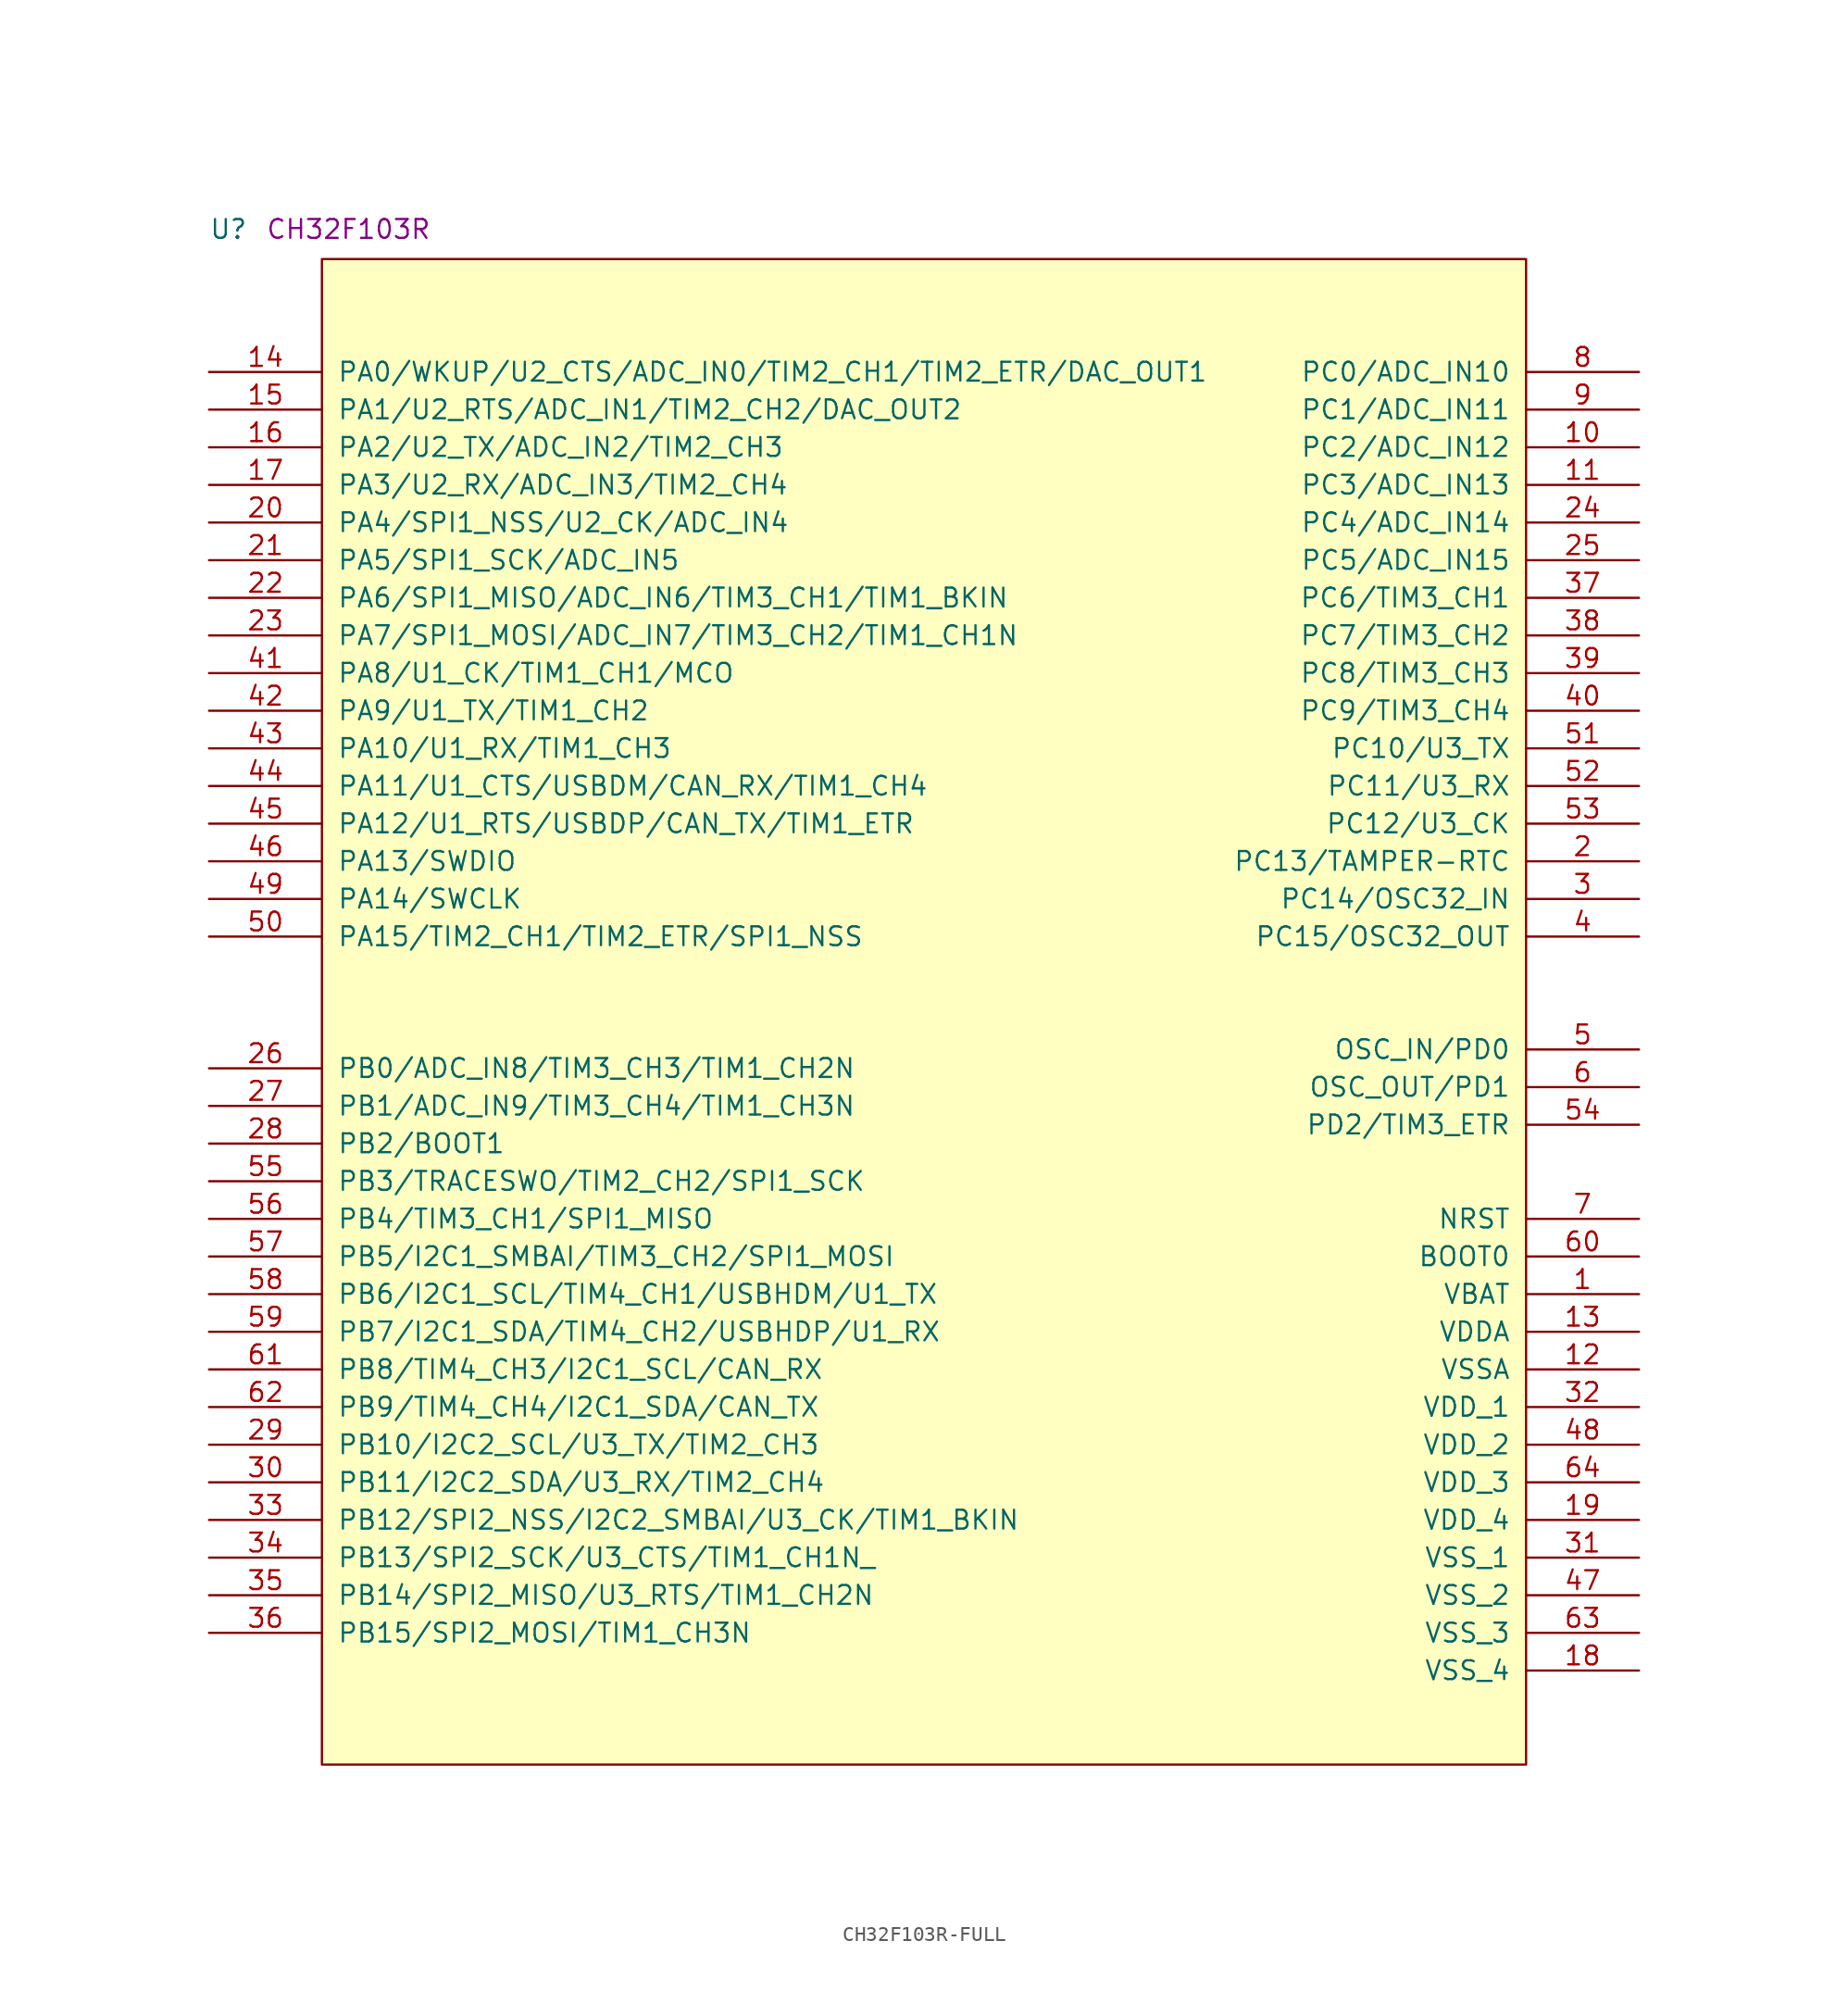
<source format=kicad_sym>
(kicad_symbol_lib
  (version 20211014)
  (generator kicad_symbol_editor)
  (symbol "CH32F103R-FULL"
    (pin_names
      (offset 1.016))
    (property "Reference" "U"
      (at -7.62 1.27 0)
      (effects (font (size 1.27 1.27)) (justify left bottom)))
    (property "Comment" "CH32F103R"
      (at -3.81 1.27 0)
      (effects (font (size 1.27 1.27)) (justify left bottom)))
    (symbol "CH32F103R-FULL_1_1"
      (rectangle (start 0 -101.6) (end 81.28 0) (stroke (width 0) (type default) (color 0 0 0 0)) (fill (type background)))
      (pin power_in line (at 88.9 -69.85 180) (length 7.62) (name "VBAT" (effects (font (size 1.27 1.27)))) (number "1" (effects (font (size 1.27 1.27)))))
      (pin bidirectional line (at 88.9 -12.7 180) (length 7.62) (name "PC2/ADC_IN12" (effects (font (size 1.27 1.27)))) (number "10" (effects (font (size 1.27 1.27)))))
      (pin bidirectional line (at 88.9 -15.24 180) (length 7.62) (name "PC3/ADC_IN13" (effects (font (size 1.27 1.27)))) (number "11" (effects (font (size 1.27 1.27)))))
      (pin power_in line (at 88.9 -74.93 180) (length 7.62) (name "VSSA" (effects (font (size 1.27 1.27)))) (number "12" (effects (font (size 1.27 1.27)))))
      (pin power_in line (at 88.9 -72.39 180) (length 7.62) (name "VDDA" (effects (font (size 1.27 1.27)))) (number "13" (effects (font (size 1.27 1.27)))))
      (pin bidirectional line (at -7.62 -7.62 0) (length 7.62) (name "PA0/WKUP/U2_CTS/ADC_IN0/TIM2_CH1/TIM2_ETR/DAC_OUT1" (effects (font (size 1.27 1.27)))) (number "14" (effects (font (size 1.27 1.27)))))
      (pin bidirectional line (at -7.62 -10.16 0) (length 7.62) (name "PA1/U2_RTS/ADC_IN1/TIM2_CH2/DAC_OUT2" (effects (font (size 1.27 1.27)))) (number "15" (effects (font (size 1.27 1.27)))))
      (pin bidirectional line (at -7.62 -12.7 0) (length 7.62) (name "PA2/U2_TX/ADC_IN2/TIM2_CH3" (effects (font (size 1.27 1.27)))) (number "16" (effects (font (size 1.27 1.27)))))
      (pin bidirectional line (at -7.62 -15.24 0) (length 7.62) (name "PA3/U2_RX/ADC_IN3/TIM2_CH4" (effects (font (size 1.27 1.27)))) (number "17" (effects (font (size 1.27 1.27)))))
      (pin power_in line (at 88.9 -95.25 180) (length 7.62) (name "VSS_4" (effects (font (size 1.27 1.27)))) (number "18" (effects (font (size 1.27 1.27)))))
      (pin power_in line (at 88.9 -85.09 180) (length 7.62) (name "VDD_4" (effects (font (size 1.27 1.27)))) (number "19" (effects (font (size 1.27 1.27)))))
      (pin bidirectional line (at 88.9 -40.64 180) (length 7.62) (name "PC13/TAMPER-RTC" (effects (font (size 1.27 1.27)))) (number "2" (effects (font (size 1.27 1.27)))))
      (pin bidirectional line (at -7.62 -17.78 0) (length 7.62) (name "PA4/SPI1_NSS/U2_CK/ADC_IN4" (effects (font (size 1.27 1.27)))) (number "20" (effects (font (size 1.27 1.27)))))
      (pin bidirectional line (at -7.62 -20.32 0) (length 7.62) (name "PA5/SPI1_SCK/ADC_IN5" (effects (font (size 1.27 1.27)))) (number "21" (effects (font (size 1.27 1.27)))))
      (pin bidirectional line (at -7.62 -22.86 0) (length 7.62) (name "PA6/SPI1_MISO/ADC_IN6/TIM3_CH1/TIM1_BKIN" (effects (font (size 1.27 1.27)))) (number "22" (effects (font (size 1.27 1.27)))))
      (pin bidirectional line (at -7.62 -25.4 0) (length 7.62) (name "PA7/SPI1_MOSI/ADC_IN7/TIM3_CH2/TIM1_CH1N" (effects (font (size 1.27 1.27)))) (number "23" (effects (font (size 1.27 1.27)))))
      (pin bidirectional line (at 88.9 -17.78 180) (length 7.62) (name "PC4/ADC_IN14" (effects (font (size 1.27 1.27)))) (number "24" (effects (font (size 1.27 1.27)))))
      (pin bidirectional line (at 88.9 -20.32 180) (length 7.62) (name "PC5/ADC_IN15" (effects (font (size 1.27 1.27)))) (number "25" (effects (font (size 1.27 1.27)))))
      (pin bidirectional line (at -7.62 -54.61 0) (length 7.62) (name "PB0/ADC_IN8/TIM3_CH3/TIM1_CH2N" (effects (font (size 1.27 1.27)))) (number "26" (effects (font (size 1.27 1.27)))))
      (pin bidirectional line (at -7.62 -57.15 0) (length 7.62) (name "PB1/ADC_IN9/TIM3_CH4/TIM1_CH3N" (effects (font (size 1.27 1.27)))) (number "27" (effects (font (size 1.27 1.27)))))
      (pin bidirectional line (at -7.62 -59.69 0) (length 7.62) (name "PB2/BOOT1" (effects (font (size 1.27 1.27)))) (number "28" (effects (font (size 1.27 1.27)))))
      (pin bidirectional line (at -7.62 -80.01 0) (length 7.62) (name "PB10/I2C2_SCL/U3_TX/TIM2_CH3" (effects (font (size 1.27 1.27)))) (number "29" (effects (font (size 1.27 1.27)))))
      (pin bidirectional line (at 88.9 -43.18 180) (length 7.62) (name "PC14/OSC32_IN" (effects (font (size 1.27 1.27)))) (number "3" (effects (font (size 1.27 1.27)))))
      (pin bidirectional line (at -7.62 -82.55 0) (length 7.62) (name "PB11/I2C2_SDA/U3_RX/TIM2_CH4" (effects (font (size 1.27 1.27)))) (number "30" (effects (font (size 1.27 1.27)))))
      (pin power_in line (at 88.9 -87.63 180) (length 7.62) (name "VSS_1" (effects (font (size 1.27 1.27)))) (number "31" (effects (font (size 1.27 1.27)))))
      (pin power_in line (at 88.9 -77.47 180) (length 7.62) (name "VDD_1" (effects (font (size 1.27 1.27)))) (number "32" (effects (font (size 1.27 1.27)))))
      (pin bidirectional line (at -7.62 -85.09 0) (length 7.62) (name "PB12/SPI2_NSS/I2C2_SMBAI/U3_CK/TIM1_BKIN" (effects (font (size 1.27 1.27)))) (number "33" (effects (font (size 1.27 1.27)))))
      (pin bidirectional line (at -7.62 -87.63 0) (length 7.62) (name "PB13/SPI2_SCK/U3_CTS/TIM1_CH1N_" (effects (font (size 1.27 1.27)))) (number "34" (effects (font (size 1.27 1.27)))))
      (pin bidirectional line (at -7.62 -90.17 0) (length 7.62) (name "PB14/SPI2_MISO/U3_RTS/TIM1_CH2N" (effects (font (size 1.27 1.27)))) (number "35" (effects (font (size 1.27 1.27)))))
      (pin bidirectional line (at -7.62 -92.71 0) (length 7.62) (name "PB15/SPI2_MOSI/TIM1_CH3N" (effects (font (size 1.27 1.27)))) (number "36" (effects (font (size 1.27 1.27)))))
      (pin bidirectional line (at 88.9 -22.86 180) (length 7.62) (name "PC6/TIM3_CH1" (effects (font (size 1.27 1.27)))) (number "37" (effects (font (size 1.27 1.27)))))
      (pin bidirectional line (at 88.9 -25.4 180) (length 7.62) (name "PC7/TIM3_CH2" (effects (font (size 1.27 1.27)))) (number "38" (effects (font (size 1.27 1.27)))))
      (pin bidirectional line (at 88.9 -27.94 180) (length 7.62) (name "PC8/TIM3_CH3" (effects (font (size 1.27 1.27)))) (number "39" (effects (font (size 1.27 1.27)))))
      (pin bidirectional line (at 88.9 -45.72 180) (length 7.62) (name "PC15/OSC32_OUT" (effects (font (size 1.27 1.27)))) (number "4" (effects (font (size 1.27 1.27)))))
      (pin bidirectional line (at 88.9 -30.48 180) (length 7.62) (name "PC9/TIM3_CH4" (effects (font (size 1.27 1.27)))) (number "40" (effects (font (size 1.27 1.27)))))
      (pin bidirectional line (at -7.62 -27.94 0) (length 7.62) (name "PA8/U1_CK/TIM1_CH1/MCO" (effects (font (size 1.27 1.27)))) (number "41" (effects (font (size 1.27 1.27)))))
      (pin bidirectional line (at -7.62 -30.48 0) (length 7.62) (name "PA9/U1_TX/TIM1_CH2" (effects (font (size 1.27 1.27)))) (number "42" (effects (font (size 1.27 1.27)))))
      (pin bidirectional line (at -7.62 -33.02 0) (length 7.62) (name "PA10/U1_RX/TIM1_CH3" (effects (font (size 1.27 1.27)))) (number "43" (effects (font (size 1.27 1.27)))))
      (pin bidirectional line (at -7.62 -35.56 0) (length 7.62) (name "PA11/U1_CTS/USBDM/CAN_RX/TIM1_CH4" (effects (font (size 1.27 1.27)))) (number "44" (effects (font (size 1.27 1.27)))))
      (pin bidirectional line (at -7.62 -38.1 0) (length 7.62) (name "PA12/U1_RTS/USBDP/CAN_TX/TIM1_ETR" (effects (font (size 1.27 1.27)))) (number "45" (effects (font (size 1.27 1.27)))))
      (pin bidirectional line (at -7.62 -40.64 0) (length 7.62) (name "PA13/SWDIO" (effects (font (size 1.27 1.27)))) (number "46" (effects (font (size 1.27 1.27)))))
      (pin power_in line (at 88.9 -90.17 180) (length 7.62) (name "VSS_2" (effects (font (size 1.27 1.27)))) (number "47" (effects (font (size 1.27 1.27)))))
      (pin power_in line (at 88.9 -80.01 180) (length 7.62) (name "VDD_2" (effects (font (size 1.27 1.27)))) (number "48" (effects (font (size 1.27 1.27)))))
      (pin bidirectional line (at -7.62 -43.18 0) (length 7.62) (name "PA14/SWCLK" (effects (font (size 1.27 1.27)))) (number "49" (effects (font (size 1.27 1.27)))))
      (pin input line (at 88.9 -53.34 180) (length 7.62) (name "OSC_IN/PD0" (effects (font (size 1.27 1.27)))) (number "5" (effects (font (size 1.27 1.27)))))
      (pin bidirectional line (at -7.62 -45.72 0) (length 7.62) (name "PA15/TIM2_CH1/TIM2_ETR/SPI1_NSS" (effects (font (size 1.27 1.27)))) (number "50" (effects (font (size 1.27 1.27)))))
      (pin bidirectional line (at 88.9 -33.02 180) (length 7.62) (name "PC10/U3_TX" (effects (font (size 1.27 1.27)))) (number "51" (effects (font (size 1.27 1.27)))))
      (pin bidirectional line (at 88.9 -35.56 180) (length 7.62) (name "PC11/U3_RX" (effects (font (size 1.27 1.27)))) (number "52" (effects (font (size 1.27 1.27)))))
      (pin bidirectional line (at 88.9 -38.1 180) (length 7.62) (name "PC12/U3_CK" (effects (font (size 1.27 1.27)))) (number "53" (effects (font (size 1.27 1.27)))))
      (pin bidirectional line (at 88.9 -58.42 180) (length 7.62) (name "PD2/TIM3_ETR" (effects (font (size 1.27 1.27)))) (number "54" (effects (font (size 1.27 1.27)))))
      (pin bidirectional line (at -7.62 -62.23 0) (length 7.62) (name "PB3/TRACESWO/TIM2_CH2/SPI1_SCK" (effects (font (size 1.27 1.27)))) (number "55" (effects (font (size 1.27 1.27)))))
      (pin bidirectional line (at -7.62 -64.77 0) (length 7.62) (name "PB4/TIM3_CH1/SPI1_MISO" (effects (font (size 1.27 1.27)))) (number "56" (effects (font (size 1.27 1.27)))))
      (pin bidirectional line (at -7.62 -67.31 0) (length 7.62) (name "PB5/I2C1_SMBAI/TIM3_CH2/SPI1_MOSI" (effects (font (size 1.27 1.27)))) (number "57" (effects (font (size 1.27 1.27)))))
      (pin bidirectional line (at -7.62 -69.85 0) (length 7.62) (name "PB6/I2C1_SCL/TIM4_CH1/USBHDM/U1_TX" (effects (font (size 1.27 1.27)))) (number "58" (effects (font (size 1.27 1.27)))))
      (pin bidirectional line (at -7.62 -72.39 0) (length 7.62) (name "PB7/I2C1_SDA/TIM4_CH2/USBHDP/U1_RX" (effects (font (size 1.27 1.27)))) (number "59" (effects (font (size 1.27 1.27)))))
      (pin output line (at 88.9 -55.88 180) (length 7.62) (name "OSC_OUT/PD1" (effects (font (size 1.27 1.27)))) (number "6" (effects (font (size 1.27 1.27)))))
      (pin input line (at 88.9 -67.31 180) (length 7.62) (name "BOOT0" (effects (font (size 1.27 1.27)))) (number "60" (effects (font (size 1.27 1.27)))))
      (pin bidirectional line (at -7.62 -74.93 0) (length 7.62) (name "PB8/TIM4_CH3/I2C1_SCL/CAN_RX" (effects (font (size 1.27 1.27)))) (number "61" (effects (font (size 1.27 1.27)))))
      (pin bidirectional line (at -7.62 -77.47 0) (length 7.62) (name "PB9/TIM4_CH4/I2C1_SDA/CAN_TX" (effects (font (size 1.27 1.27)))) (number "62" (effects (font (size 1.27 1.27)))))
      (pin power_in line (at 88.9 -92.71 180) (length 7.62) (name "VSS_3" (effects (font (size 1.27 1.27)))) (number "63" (effects (font (size 1.27 1.27)))))
      (pin power_in line (at 88.9 -82.55 180) (length 7.62) (name "VDD_3" (effects (font (size 1.27 1.27)))) (number "64" (effects (font (size 1.27 1.27)))))
      (pin input line (at 88.9 -64.77 180) (length 7.62) (name "NRST" (effects (font (size 1.27 1.27)))) (number "7" (effects (font (size 1.27 1.27)))))
      (pin bidirectional line (at 88.9 -7.62 180) (length 7.62) (name "PC0/ADC_IN10" (effects (font (size 1.27 1.27)))) (number "8" (effects (font (size 1.27 1.27)))))
      (pin bidirectional line (at 88.9 -10.16 180) (length 7.62) (name "PC1/ADC_IN11" (effects (font (size 1.27 1.27)))) (number "9" (effects (font (size 1.27 1.27))))))))
</source>
